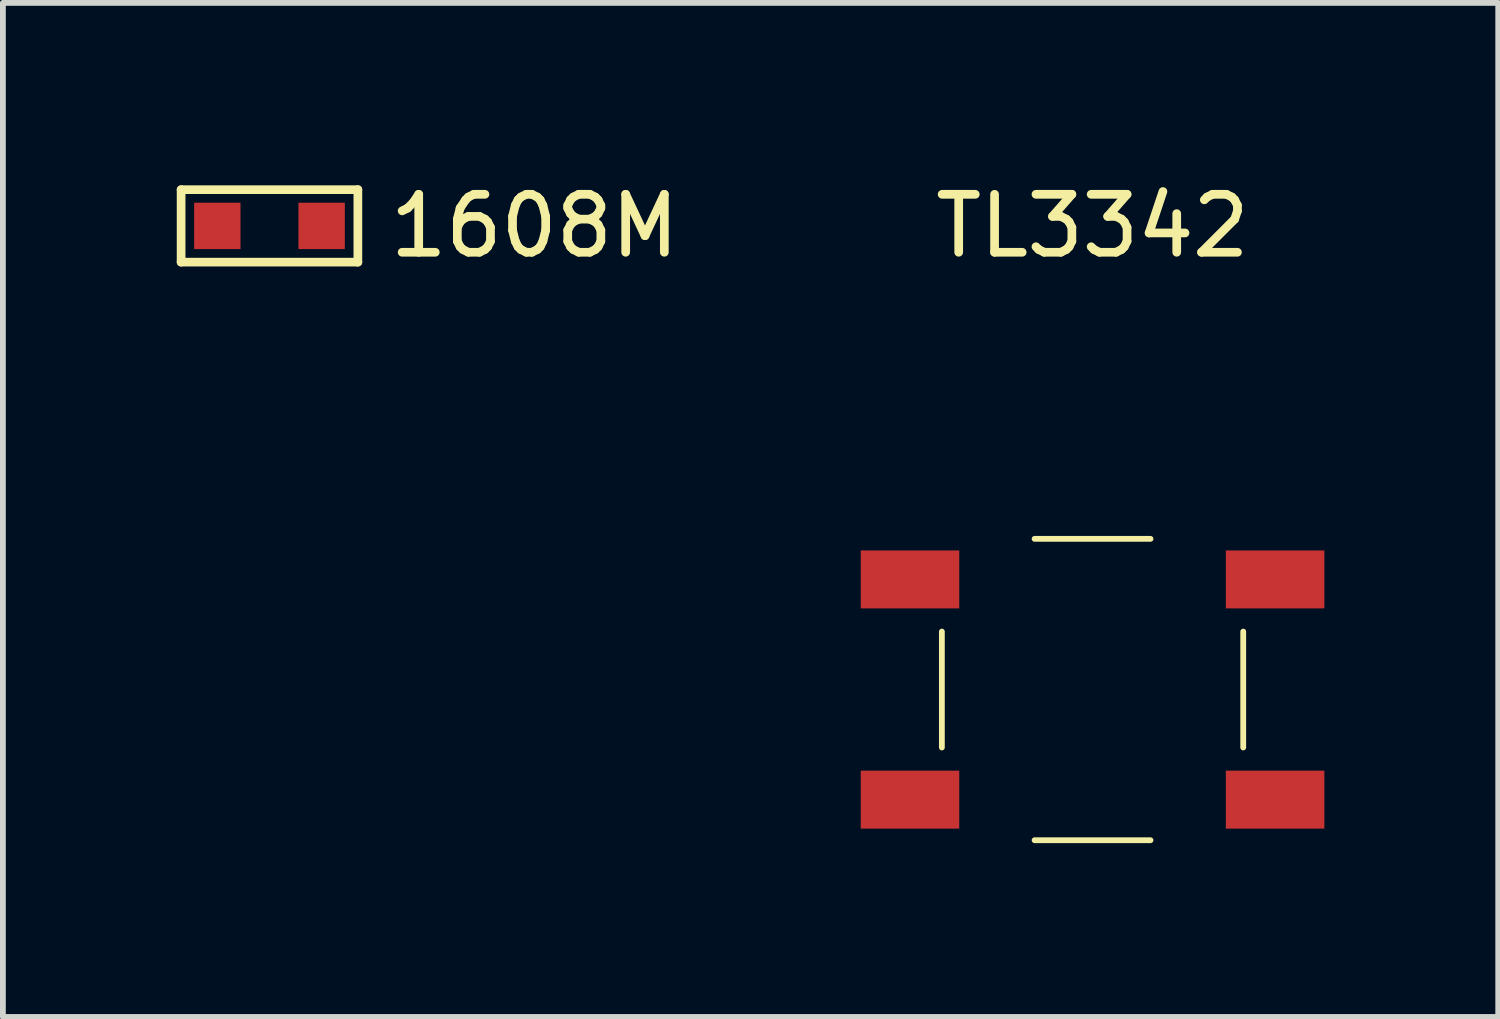
<source format=kicad_pcb>
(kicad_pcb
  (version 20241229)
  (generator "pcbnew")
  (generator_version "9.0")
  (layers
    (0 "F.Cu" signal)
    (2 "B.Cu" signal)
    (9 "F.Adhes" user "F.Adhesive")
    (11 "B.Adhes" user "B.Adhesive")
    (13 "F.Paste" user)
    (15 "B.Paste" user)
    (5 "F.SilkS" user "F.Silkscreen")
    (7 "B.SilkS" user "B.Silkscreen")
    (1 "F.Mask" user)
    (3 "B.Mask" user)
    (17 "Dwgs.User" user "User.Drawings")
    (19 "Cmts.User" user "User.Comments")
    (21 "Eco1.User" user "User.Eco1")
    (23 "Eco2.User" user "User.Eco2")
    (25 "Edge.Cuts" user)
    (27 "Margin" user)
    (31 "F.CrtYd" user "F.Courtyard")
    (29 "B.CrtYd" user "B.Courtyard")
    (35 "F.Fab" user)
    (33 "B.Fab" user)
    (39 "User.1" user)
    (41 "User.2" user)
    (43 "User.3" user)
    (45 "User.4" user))
  (footprint "1608M"
    (layer "F.Cu")
    (at 1.6 0.848)
    (property "Reference" "1608M" (at 2 0 0) (layer "F.SilkS") (effects (font (size 1 1) (thickness 0.15)) (justify left)))
    (attr through_hole)
    (fp_line (start -1.525 -0.625) (end -1.525 0.625) (stroke (width 0.15) (type solid)) (layer "F.SilkS"))
    (fp_line (start -1.525 -0.625) (end 1.525 -0.625) (stroke (width 0.15) (type solid)) (layer "F.SilkS"))
    (fp_line (start -1.525 0.625) (end 1.525 0.625) (stroke (width 0.15) (type solid)) (layer "F.SilkS"))
    (fp_line (start 1.525 -0.625) (end 1.525 0.625) (stroke (width 0.15) (type solid)) (layer "F.SilkS"))
    (pad "1" smd rect (at -0.9 0) (size 0.8 0.8) (layers "F.Cu" "F.Mask" "F.Paste"))
    (pad "2" smd rect (at 0.9 0) (size 0.8 0.8) (layers "F.Cu" "F.Mask" "F.Paste")))
  (footprint "TL3342"
    (layer "F.Cu")
    (at 15.802 8.848)
    (property "Reference" "TL3342" (at 0 -8 0) (layer "F.SilkS") (effects (font (size 1 1) (thickness 0.15))))
    (attr through_hole)
    (fp_line (start -2.6 -1) (end -2.6 1) (stroke (width 0.1) (type solid)) (layer "F.SilkS"))
    (fp_line (start -1 -2.6) (end 1 -2.6) (stroke (width 0.1) (type solid)) (layer "F.SilkS"))
    (fp_line (start -1 2.6) (end 1 2.6) (stroke (width 0.1) (type solid)) (layer "F.SilkS"))
    (fp_line (start 2.6 -1) (end 2.6 1) (stroke (width 0.1) (type solid)) (layer "F.SilkS"))
    (pad "1" smd rect (at -3.15 1.9) (size 1.7 1) (layers "F.Cu" "F.Mask" "F.Paste"))
    (pad "1" smd rect (at 3.15 1.9) (size 1.7 1) (layers "F.Cu" "F.Mask" "F.Paste"))
    (pad "2" smd rect (at -3.15 -1.9) (size 1.7 1) (layers "F.Cu" "F.Mask" "F.Paste"))
    (pad "2" smd rect (at 3.15 -1.9) (size 1.7 1) (layers "F.Cu" "F.Mask" "F.Paste")))
  (gr_rect
    (start -3 -3)
    (end 22.802 14.498)
    (stroke (width 0.1) (type default))
    (fill no)
    (layer "Edge.Cuts")))
</source>
